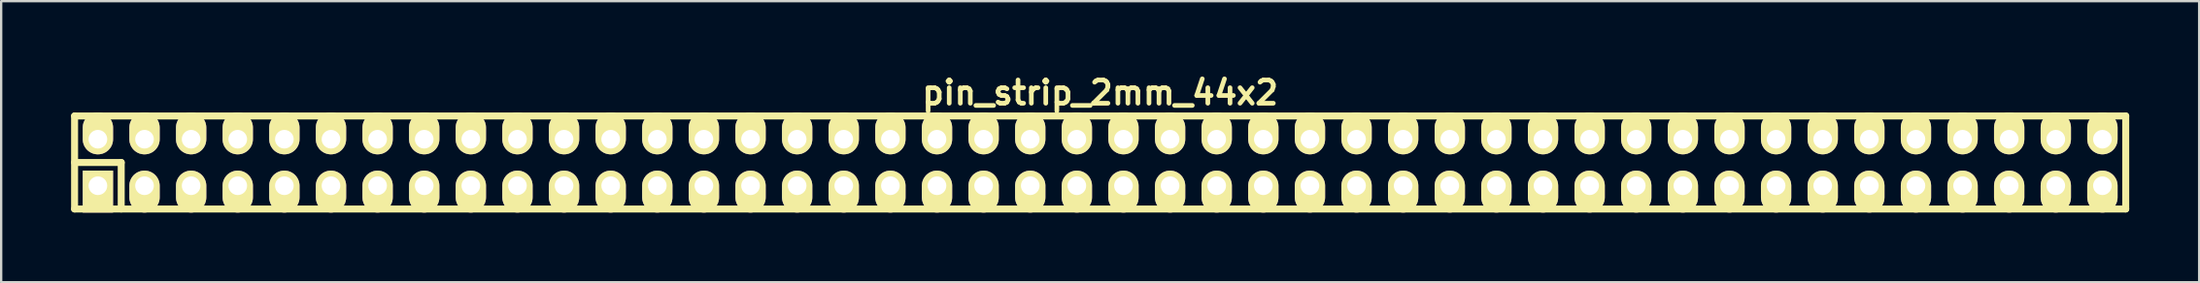
<source format=kicad_pcb>
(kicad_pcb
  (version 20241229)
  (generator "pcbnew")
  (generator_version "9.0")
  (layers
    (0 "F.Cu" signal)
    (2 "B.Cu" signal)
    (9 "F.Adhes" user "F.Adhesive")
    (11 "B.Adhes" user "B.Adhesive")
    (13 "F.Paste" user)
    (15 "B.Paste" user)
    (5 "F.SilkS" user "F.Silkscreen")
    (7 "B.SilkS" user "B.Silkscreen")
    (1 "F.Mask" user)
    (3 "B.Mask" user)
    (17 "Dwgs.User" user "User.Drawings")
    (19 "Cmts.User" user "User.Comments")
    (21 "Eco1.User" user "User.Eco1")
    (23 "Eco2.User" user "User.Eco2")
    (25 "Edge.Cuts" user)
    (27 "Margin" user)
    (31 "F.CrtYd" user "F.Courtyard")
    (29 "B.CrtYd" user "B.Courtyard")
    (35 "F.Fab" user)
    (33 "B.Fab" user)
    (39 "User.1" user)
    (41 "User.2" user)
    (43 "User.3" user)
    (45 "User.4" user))
  (footprint "pin_strip_2mm_44x2"
    (layer "F.Cu")
    (at 44.15 3.936)
    (property "Reference" "pin_strip_2mm_44x2" (at 0 -3 0) (layer "F.SilkS") (effects (font (size 1 1) (thickness 0.2))))
    (attr through_hole)
    (fp_line (start -44 -2) (end 44 -2) (stroke (width 0.3) (type solid)) (layer "F.SilkS"))
    (fp_line (start -44 0) (end -42 0) (stroke (width 0.3) (type solid)) (layer "F.SilkS"))
    (fp_line (start -44 2) (end -44 -2) (stroke (width 0.3) (type solid)) (layer "F.SilkS"))
    (fp_line (start -42 0) (end -42 2) (stroke (width 0.3) (type solid)) (layer "F.SilkS"))
    (fp_line (start 44 -2) (end 44 2) (stroke (width 0.3) (type solid)) (layer "F.SilkS"))
    (fp_line (start 44 2) (end -44 2) (stroke (width 0.3) (type solid)) (layer "F.SilkS"))
    (pad "1" thru_hole rect (at -43 1) (size 1.3 1.8) (drill 0.8 (offset 0 0.25)) (layers "*.Cu" "*.Mask" "F.SilkS"))
    (pad "2" thru_hole oval (at -43 -1) (size 1.3 1.8) (drill 0.8 (offset 0 -0.25)) (layers "*.Cu" "*.Mask" "F.SilkS"))
    (pad "3" thru_hole oval (at -41 1) (size 1.3 1.8) (drill 0.8 (offset 0 0.25)) (layers "*.Cu" "*.Mask" "F.SilkS"))
    (pad "4" thru_hole oval (at -41 -1) (size 1.3 1.8) (drill 0.8 (offset 0 -0.25)) (layers "*.Cu" "*.Mask" "F.SilkS"))
    (pad "5" thru_hole oval (at -39 1) (size 1.3 1.8) (drill 0.8 (offset 0 0.25)) (layers "*.Cu" "*.Mask" "F.SilkS"))
    (pad "6" thru_hole oval (at -39 -1) (size 1.3 1.8) (drill 0.8 (offset 0 -0.25)) (layers "*.Cu" "*.Mask" "F.SilkS"))
    (pad "7" thru_hole oval (at -37 1) (size 1.3 1.8) (drill 0.8 (offset 0 0.25)) (layers "*.Cu" "*.Mask" "F.SilkS"))
    (pad "8" thru_hole oval (at -37 -1) (size 1.3 1.8) (drill 0.8 (offset 0 -0.25)) (layers "*.Cu" "*.Mask" "F.SilkS"))
    (pad "9" thru_hole oval (at -35 1) (size 1.3 1.8) (drill 0.8 (offset 0 0.25)) (layers "*.Cu" "*.Mask" "F.SilkS"))
    (pad "10" thru_hole oval (at -35 -1) (size 1.3 1.8) (drill 0.8 (offset 0 -0.25)) (layers "*.Cu" "*.Mask" "F.SilkS"))
    (pad "11" thru_hole oval (at -33 1) (size 1.3 1.8) (drill 0.8 (offset 0 0.25)) (layers "*.Cu" "*.Mask" "F.SilkS"))
    (pad "12" thru_hole oval (at -33 -1) (size 1.3 1.8) (drill 0.8 (offset 0 -0.25)) (layers "*.Cu" "*.Mask" "F.SilkS"))
    (pad "13" thru_hole oval (at -31 1) (size 1.3 1.8) (drill 0.8 (offset 0 0.25)) (layers "*.Cu" "*.Mask" "F.SilkS"))
    (pad "14" thru_hole oval (at -31 -1) (size 1.3 1.8) (drill 0.8 (offset 0 -0.25)) (layers "*.Cu" "*.Mask" "F.SilkS"))
    (pad "15" thru_hole oval (at -29 1) (size 1.3 1.8) (drill 0.8 (offset 0 0.25)) (layers "*.Cu" "*.Mask" "F.SilkS"))
    (pad "16" thru_hole oval (at -29 -1) (size 1.3 1.8) (drill 0.8 (offset 0 -0.25)) (layers "*.Cu" "*.Mask" "F.SilkS"))
    (pad "17" thru_hole oval (at -27 1) (size 1.3 1.8) (drill 0.8 (offset 0 0.25)) (layers "*.Cu" "*.Mask" "F.SilkS"))
    (pad "18" thru_hole oval (at -27 -1) (size 1.3 1.8) (drill 0.8 (offset 0 -0.25)) (layers "*.Cu" "*.Mask" "F.SilkS"))
    (pad "19" thru_hole oval (at -25 1) (size 1.3 1.8) (drill 0.8 (offset 0 0.25)) (layers "*.Cu" "*.Mask" "F.SilkS"))
    (pad "20" thru_hole oval (at -25 -1) (size 1.3 1.8) (drill 0.8 (offset 0 -0.25)) (layers "*.Cu" "*.Mask" "F.SilkS"))
    (pad "21" thru_hole oval (at -23 1) (size 1.3 1.8) (drill 0.8 (offset 0 0.25)) (layers "*.Cu" "*.Mask" "F.SilkS"))
    (pad "22" thru_hole oval (at -23 -1) (size 1.3 1.8) (drill 0.8 (offset 0 -0.25)) (layers "*.Cu" "*.Mask" "F.SilkS"))
    (pad "23" thru_hole oval (at -21 1) (size 1.3 1.8) (drill 0.8 (offset 0 0.25)) (layers "*.Cu" "*.Mask" "F.SilkS"))
    (pad "24" thru_hole oval (at -21 -1) (size 1.3 1.8) (drill 0.8 (offset 0 -0.25)) (layers "*.Cu" "*.Mask" "F.SilkS"))
    (pad "25" thru_hole oval (at -19 1) (size 1.3 1.8) (drill 0.8 (offset 0 0.25)) (layers "*.Cu" "*.Mask" "F.SilkS"))
    (pad "26" thru_hole oval (at -19 -1) (size 1.3 1.8) (drill 0.8 (offset 0 -0.25)) (layers "*.Cu" "*.Mask" "F.SilkS"))
    (pad "27" thru_hole oval (at -17 1) (size 1.3 1.8) (drill 0.8 (offset 0 0.25)) (layers "*.Cu" "*.Mask" "F.SilkS"))
    (pad "28" thru_hole oval (at -17 -1) (size 1.3 1.8) (drill 0.8 (offset 0 -0.25)) (layers "*.Cu" "*.Mask" "F.SilkS"))
    (pad "29" thru_hole oval (at -15 1) (size 1.3 1.8) (drill 0.8 (offset 0 0.25)) (layers "*.Cu" "*.Mask" "F.SilkS"))
    (pad "30" thru_hole oval (at -15 -1) (size 1.3 1.8) (drill 0.8 (offset 0 -0.25)) (layers "*.Cu" "*.Mask" "F.SilkS"))
    (pad "31" thru_hole oval (at -13 1) (size 1.3 1.8) (drill 0.8 (offset 0 0.25)) (layers "*.Cu" "*.Mask" "F.SilkS"))
    (pad "32" thru_hole oval (at -13 -1) (size 1.3 1.8) (drill 0.8 (offset 0 -0.25)) (layers "*.Cu" "*.Mask" "F.SilkS"))
    (pad "33" thru_hole oval (at -11 1) (size 1.3 1.8) (drill 0.8 (offset 0 0.25)) (layers "*.Cu" "*.Mask" "F.SilkS"))
    (pad "34" thru_hole oval (at -11 -1) (size 1.3 1.8) (drill 0.8 (offset 0 -0.25)) (layers "*.Cu" "*.Mask" "F.SilkS"))
    (pad "35" thru_hole oval (at -9 1) (size 1.3 1.8) (drill 0.8 (offset 0 0.25)) (layers "*.Cu" "*.Mask" "F.SilkS"))
    (pad "36" thru_hole oval (at -9 -1) (size 1.3 1.8) (drill 0.8 (offset 0 -0.25)) (layers "*.Cu" "*.Mask" "F.SilkS"))
    (pad "37" thru_hole oval (at -7 1) (size 1.3 1.8) (drill 0.8 (offset 0 0.25)) (layers "*.Cu" "*.Mask" "F.SilkS"))
    (pad "38" thru_hole oval (at -7 -1) (size 1.3 1.8) (drill 0.8 (offset 0 -0.25)) (layers "*.Cu" "*.Mask" "F.SilkS"))
    (pad "39" thru_hole oval (at -5 1) (size 1.3 1.8) (drill 0.8 (offset 0 0.25)) (layers "*.Cu" "*.Mask" "F.SilkS"))
    (pad "40" thru_hole oval (at -5 -1) (size 1.3 1.8) (drill 0.8 (offset 0 -0.25)) (layers "*.Cu" "*.Mask" "F.SilkS"))
    (pad "41" thru_hole oval (at -3 1) (size 1.3 1.8) (drill 0.8 (offset 0 0.25)) (layers "*.Cu" "*.Mask" "F.SilkS"))
    (pad "42" thru_hole oval (at -3 -1) (size 1.3 1.8) (drill 0.8 (offset 0 -0.25)) (layers "*.Cu" "*.Mask" "F.SilkS"))
    (pad "43" thru_hole oval (at -1 1) (size 1.3 1.8) (drill 0.8 (offset 0 0.25)) (layers "*.Cu" "*.Mask" "F.SilkS"))
    (pad "44" thru_hole oval (at -1 -1) (size 1.3 1.8) (drill 0.8 (offset 0 -0.25)) (layers "*.Cu" "*.Mask" "F.SilkS"))
    (pad "45" thru_hole oval (at 1 1) (size 1.3 1.8) (drill 0.8 (offset 0 0.25)) (layers "*.Cu" "*.Mask" "F.SilkS"))
    (pad "46" thru_hole oval (at 1 -1) (size 1.3 1.8) (drill 0.8 (offset 0 -0.25)) (layers "*.Cu" "*.Mask" "F.SilkS"))
    (pad "47" thru_hole oval (at 3 1) (size 1.3 1.8) (drill 0.8 (offset 0 0.25)) (layers "*.Cu" "*.Mask" "F.SilkS"))
    (pad "48" thru_hole oval (at 3 -1) (size 1.3 1.8) (drill 0.8 (offset 0 -0.25)) (layers "*.Cu" "*.Mask" "F.SilkS"))
    (pad "49" thru_hole oval (at 5 1) (size 1.3 1.8) (drill 0.8 (offset 0 0.25)) (layers "*.Cu" "*.Mask" "F.SilkS"))
    (pad "50" thru_hole oval (at 5 -1) (size 1.3 1.8) (drill 0.8 (offset 0 -0.25)) (layers "*.Cu" "*.Mask" "F.SilkS"))
    (pad "51" thru_hole oval (at 7 1) (size 1.3 1.8) (drill 0.8 (offset 0 0.25)) (layers "*.Cu" "*.Mask" "F.SilkS"))
    (pad "52" thru_hole oval (at 7 -1) (size 1.3 1.8) (drill 0.8 (offset 0 -0.25)) (layers "*.Cu" "*.Mask" "F.SilkS"))
    (pad "53" thru_hole oval (at 9 1) (size 1.3 1.8) (drill 0.8 (offset 0 0.25)) (layers "*.Cu" "*.Mask" "F.SilkS"))
    (pad "54" thru_hole oval (at 9 -1) (size 1.3 1.8) (drill 0.8 (offset 0 -0.25)) (layers "*.Cu" "*.Mask" "F.SilkS"))
    (pad "55" thru_hole oval (at 11 1) (size 1.3 1.8) (drill 0.8 (offset 0 0.25)) (layers "*.Cu" "*.Mask" "F.SilkS"))
    (pad "56" thru_hole oval (at 11 -1) (size 1.3 1.8) (drill 0.8 (offset 0 -0.25)) (layers "*.Cu" "*.Mask" "F.SilkS"))
    (pad "57" thru_hole oval (at 13 1) (size 1.3 1.8) (drill 0.8 (offset 0 0.25)) (layers "*.Cu" "*.Mask" "F.SilkS"))
    (pad "58" thru_hole oval (at 13 -1) (size 1.3 1.8) (drill 0.8 (offset 0 -0.25)) (layers "*.Cu" "*.Mask" "F.SilkS"))
    (pad "59" thru_hole oval (at 15 1) (size 1.3 1.8) (drill 0.8 (offset 0 0.25)) (layers "*.Cu" "*.Mask" "F.SilkS"))
    (pad "60" thru_hole oval (at 15 -1) (size 1.3 1.8) (drill 0.8 (offset 0 -0.25)) (layers "*.Cu" "*.Mask" "F.SilkS"))
    (pad "61" thru_hole oval (at 17 1) (size 1.3 1.8) (drill 0.8 (offset 0 0.25)) (layers "*.Cu" "*.Mask" "F.SilkS"))
    (pad "62" thru_hole oval (at 17 -1) (size 1.3 1.8) (drill 0.8 (offset 0 -0.25)) (layers "*.Cu" "*.Mask" "F.SilkS"))
    (pad "63" thru_hole oval (at 19 1) (size 1.3 1.8) (drill 0.8 (offset 0 0.25)) (layers "*.Cu" "*.Mask" "F.SilkS"))
    (pad "64" thru_hole oval (at 19 -1) (size 1.3 1.8) (drill 0.8 (offset 0 -0.25)) (layers "*.Cu" "*.Mask" "F.SilkS"))
    (pad "65" thru_hole oval (at 21 1) (size 1.3 1.8) (drill 0.8 (offset 0 0.25)) (layers "*.Cu" "*.Mask" "F.SilkS"))
    (pad "66" thru_hole oval (at 21 -1) (size 1.3 1.8) (drill 0.8 (offset 0 -0.25)) (layers "*.Cu" "*.Mask" "F.SilkS"))
    (pad "67" thru_hole oval (at 23 1) (size 1.3 1.8) (drill 0.8 (offset 0 0.25)) (layers "*.Cu" "*.Mask" "F.SilkS"))
    (pad "68" thru_hole oval (at 23 -1) (size 1.3 1.8) (drill 0.8 (offset 0 -0.25)) (layers "*.Cu" "*.Mask" "F.SilkS"))
    (pad "69" thru_hole oval (at 25 1) (size 1.3 1.8) (drill 0.8 (offset 0 0.25)) (layers "*.Cu" "*.Mask" "F.SilkS"))
    (pad "70" thru_hole oval (at 25 -1) (size 1.3 1.8) (drill 0.8 (offset 0 -0.25)) (layers "*.Cu" "*.Mask" "F.SilkS"))
    (pad "71" thru_hole oval (at 27 1) (size 1.3 1.8) (drill 0.8 (offset 0 0.25)) (layers "*.Cu" "*.Mask" "F.SilkS"))
    (pad "72" thru_hole oval (at 27 -1) (size 1.3 1.8) (drill 0.8 (offset 0 -0.25)) (layers "*.Cu" "*.Mask" "F.SilkS"))
    (pad "73" thru_hole oval (at 29 1) (size 1.3 1.8) (drill 0.8 (offset 0 0.25)) (layers "*.Cu" "*.Mask" "F.SilkS"))
    (pad "74" thru_hole oval (at 29 -1) (size 1.3 1.8) (drill 0.8 (offset 0 -0.25)) (layers "*.Cu" "*.Mask" "F.SilkS"))
    (pad "75" thru_hole oval (at 31 1) (size 1.3 1.8) (drill 0.8 (offset 0 0.25)) (layers "*.Cu" "*.Mask" "F.SilkS"))
    (pad "76" thru_hole oval (at 31 -1) (size 1.3 1.8) (drill 0.8 (offset 0 -0.25)) (layers "*.Cu" "*.Mask" "F.SilkS"))
    (pad "77" thru_hole oval (at 33 1) (size 1.3 1.8) (drill 0.8 (offset 0 0.25)) (layers "*.Cu" "*.Mask" "F.SilkS"))
    (pad "78" thru_hole oval (at 33 -1) (size 1.3 1.8) (drill 0.8 (offset 0 -0.25)) (layers "*.Cu" "*.Mask" "F.SilkS"))
    (pad "79" thru_hole oval (at 35 1) (size 1.3 1.8) (drill 0.8 (offset 0 0.25)) (layers "*.Cu" "*.Mask" "F.SilkS"))
    (pad "80" thru_hole oval (at 35 -1) (size 1.3 1.8) (drill 0.8 (offset 0 -0.25)) (layers "*.Cu" "*.Mask" "F.SilkS"))
    (pad "81" thru_hole oval (at 37 1) (size 1.3 1.8) (drill 0.8 (offset 0 0.25)) (layers "*.Cu" "*.Mask" "F.SilkS"))
    (pad "82" thru_hole oval (at 37 -1) (size 1.3 1.8) (drill 0.8 (offset 0 -0.25)) (layers "*.Cu" "*.Mask" "F.SilkS"))
    (pad "83" thru_hole oval (at 39 1) (size 1.3 1.8) (drill 0.8 (offset 0 0.25)) (layers "*.Cu" "*.Mask" "F.SilkS"))
    (pad "84" thru_hole oval (at 39 -1) (size 1.3 1.8) (drill 0.8 (offset 0 -0.25)) (layers "*.Cu" "*.Mask" "F.SilkS"))
    (pad "85" thru_hole oval (at 41 1) (size 1.3 1.8) (drill 0.8 (offset 0 0.25)) (layers "*.Cu" "*.Mask" "F.SilkS"))
    (pad "86" thru_hole oval (at 41 -1) (size 1.3 1.8) (drill 0.8 (offset 0 -0.25)) (layers "*.Cu" "*.Mask" "F.SilkS"))
    (pad "87" thru_hole oval (at 43 1) (size 1.3 1.8) (drill 0.8 (offset 0 0.25)) (layers "*.Cu" "*.Mask" "F.SilkS"))
    (pad "88" thru_hole oval (at 43 -1) (size 1.3 1.8) (drill 0.8 (offset 0 -0.25)) (layers "*.Cu" "*.Mask" "F.SilkS")))
  (gr_rect
    (start -3 -3)
    (end 91.3 9.086)
    (stroke (width 0.1) (type default))
    (fill no)
    (layer "Edge.Cuts")))
</source>
